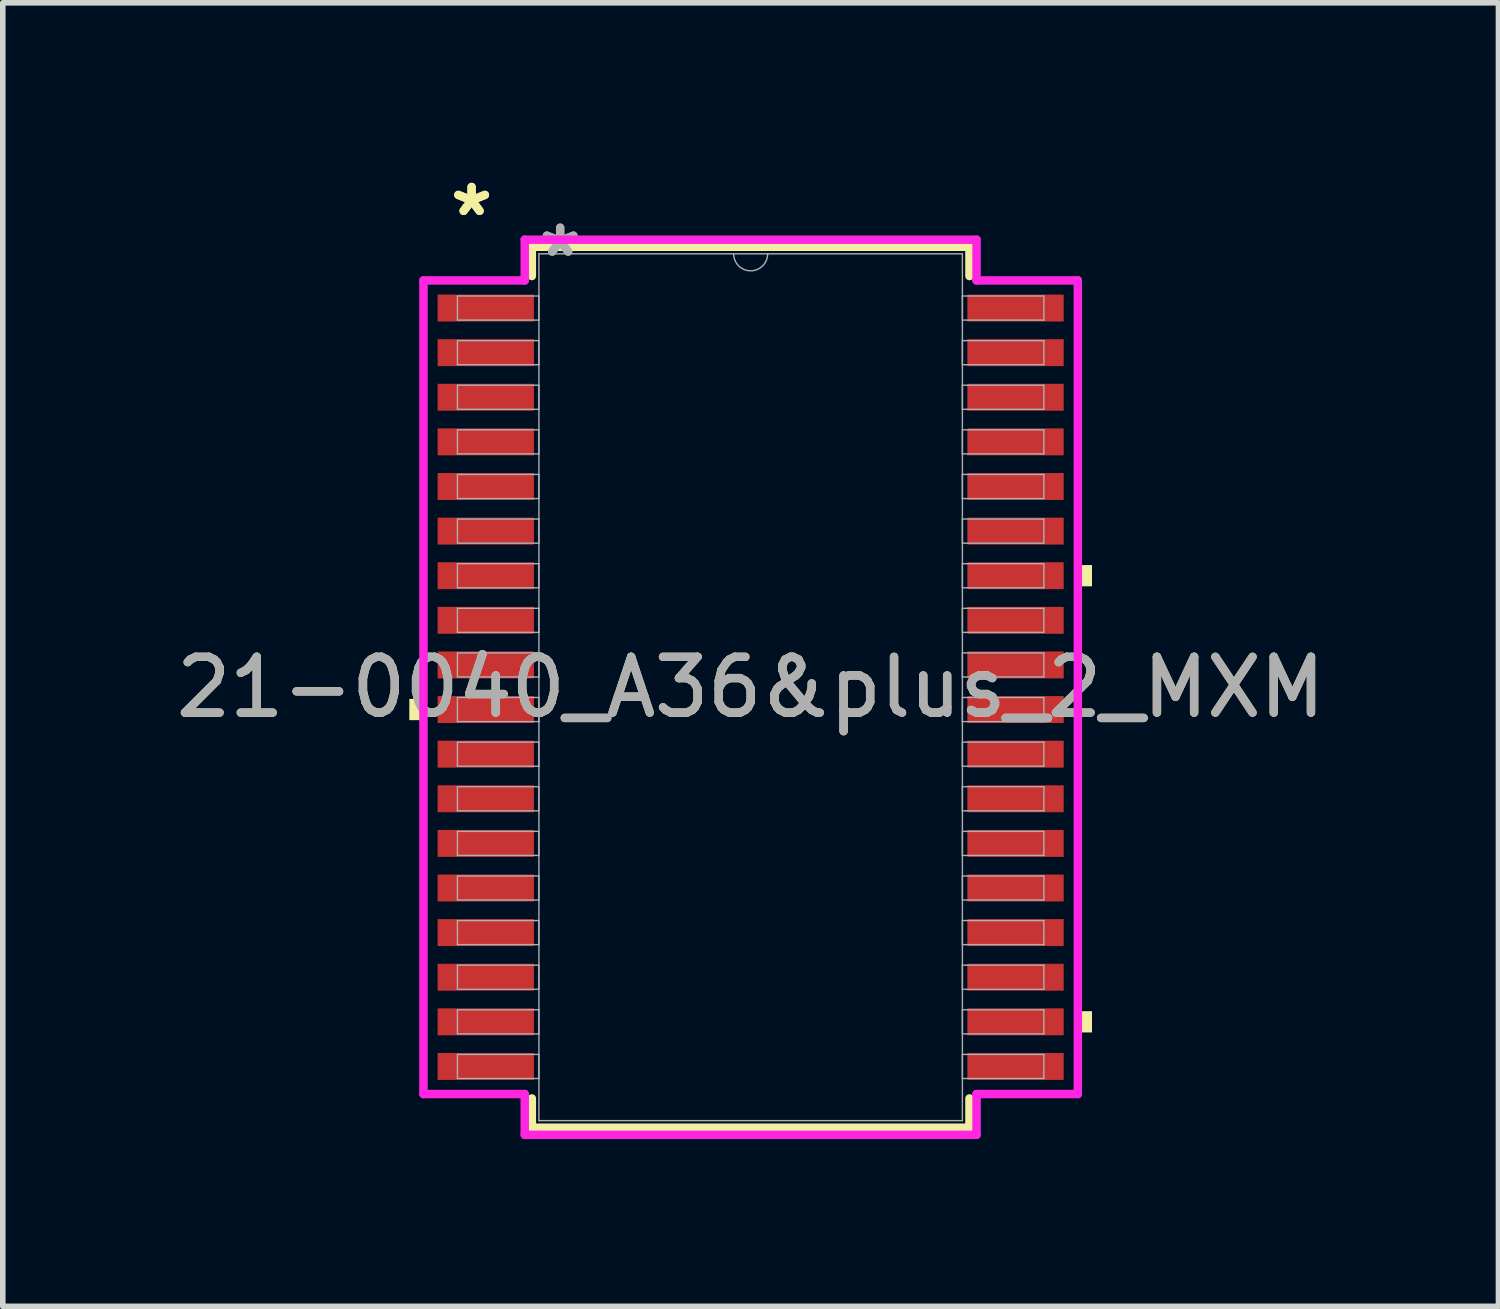
<source format=kicad_pcb>
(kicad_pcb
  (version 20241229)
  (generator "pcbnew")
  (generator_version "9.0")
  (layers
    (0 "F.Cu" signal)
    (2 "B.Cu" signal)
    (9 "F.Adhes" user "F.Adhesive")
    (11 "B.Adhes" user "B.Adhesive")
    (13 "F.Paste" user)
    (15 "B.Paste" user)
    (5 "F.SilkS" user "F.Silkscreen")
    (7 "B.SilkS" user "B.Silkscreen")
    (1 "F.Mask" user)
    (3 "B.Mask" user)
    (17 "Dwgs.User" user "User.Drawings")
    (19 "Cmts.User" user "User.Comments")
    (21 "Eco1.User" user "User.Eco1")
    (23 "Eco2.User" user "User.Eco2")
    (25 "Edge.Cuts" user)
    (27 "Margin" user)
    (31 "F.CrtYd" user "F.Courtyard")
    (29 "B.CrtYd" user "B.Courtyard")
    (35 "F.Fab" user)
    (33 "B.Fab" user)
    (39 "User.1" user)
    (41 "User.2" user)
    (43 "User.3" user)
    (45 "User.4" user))
  (footprint "21-0040_A36&plus_2_MXM"
    (layer "F.Cu")
    (at 10.411 9.274)
    (property "Reference" "21-0040_A36&plus_2_MXM" (at 0 0 0) (unlocked yes) (layer "F.SilkS") (effects (font (size 1 1) (thickness 0.15))))
    (attr smd)
    (fp_line (start -3.924 -7.899) (end -3.924 -7.374) (stroke (width 0.152) (type solid)) (layer "F.SilkS"))
    (fp_line (start -3.924 7.374) (end -3.924 7.899) (stroke (width 0.152) (type solid)) (layer "F.SilkS"))
    (fp_line (start -3.924 7.899) (end 3.924 7.899) (stroke (width 0.152) (type solid)) (layer "F.SilkS"))
    (fp_line (start 3.924 -7.899) (end -3.924 -7.899) (stroke (width 0.152) (type solid)) (layer "F.SilkS"))
    (fp_line (start 3.924 -7.374) (end 3.924 -7.899) (stroke (width 0.152) (type solid)) (layer "F.SilkS"))
    (fp_line (start 3.924 7.899) (end 3.924 7.374) (stroke (width 0.152) (type solid)) (layer "F.SilkS"))
    (fp_poly (pts (xy -6.121 0.209) (xy -6.121 0.59) (xy -5.867 0.59) (xy -5.867 0.209)) (stroke (width 0) (type solid)) (fill yes) (layer "F.SilkS"))
    (fp_poly (pts (xy 6.121 -2.191) (xy 6.121 -1.81) (xy 5.867 -1.81) (xy 5.867 -2.191)) (stroke (width 0) (type solid)) (fill yes) (layer "F.SilkS"))
    (fp_poly (pts (xy 6.121 5.809) (xy 6.121 6.19) (xy 5.867 6.19) (xy 5.867 5.809)) (stroke (width 0) (type solid)) (fill yes) (layer "F.SilkS"))
    (fp_line (start -5.867 -7.295) (end -4.051 -7.295) (stroke (width 0.152) (type solid)) (layer "F.CrtYd"))
    (fp_line (start -5.867 7.295) (end -5.867 -7.295) (stroke (width 0.152) (type solid)) (layer "F.CrtYd"))
    (fp_line (start -5.867 7.295) (end -4.051 7.295) (stroke (width 0.152) (type solid)) (layer "F.CrtYd"))
    (fp_line (start -4.051 -8.026) (end 4.051 -8.026) (stroke (width 0.152) (type solid)) (layer "F.CrtYd"))
    (fp_line (start -4.051 -7.295) (end -4.051 -8.026) (stroke (width 0.152) (type solid)) (layer "F.CrtYd"))
    (fp_line (start -4.051 8.026) (end -4.051 7.295) (stroke (width 0.152) (type solid)) (layer "F.CrtYd"))
    (fp_line (start 4.051 -8.026) (end 4.051 -7.295) (stroke (width 0.152) (type solid)) (layer "F.CrtYd"))
    (fp_line (start 4.051 7.295) (end 4.051 8.026) (stroke (width 0.152) (type solid)) (layer "F.CrtYd"))
    (fp_line (start 4.051 8.026) (end -4.051 8.026) (stroke (width 0.152) (type solid)) (layer "F.CrtYd"))
    (fp_line (start 5.867 -7.295) (end 4.051 -7.295) (stroke (width 0.152) (type solid)) (layer "F.CrtYd"))
    (fp_line (start 5.867 -7.295) (end 5.867 7.295) (stroke (width 0.152) (type solid)) (layer "F.CrtYd"))
    (fp_line (start 5.867 7.295) (end 4.051 7.295) (stroke (width 0.152) (type solid)) (layer "F.CrtYd"))
    (fp_line (start -5.258 -7.016) (end -5.258 -6.584) (stroke (width 0.025) (type solid)) (layer "F.Fab"))
    (fp_line (start -5.258 -6.584) (end -3.797 -6.584) (stroke (width 0.025) (type solid)) (layer "F.Fab"))
    (fp_line (start -5.258 -6.216) (end -5.258 -5.784) (stroke (width 0.025) (type solid)) (layer "F.Fab"))
    (fp_line (start -5.258 -5.784) (end -3.797 -5.784) (stroke (width 0.025) (type solid)) (layer "F.Fab"))
    (fp_line (start -5.258 -5.416) (end -5.258 -4.984) (stroke (width 0.025) (type solid)) (layer "F.Fab"))
    (fp_line (start -5.258 -4.984) (end -3.797 -4.984) (stroke (width 0.025) (type solid)) (layer "F.Fab"))
    (fp_line (start -5.258 -4.616) (end -5.258 -4.184) (stroke (width 0.025) (type solid)) (layer "F.Fab"))
    (fp_line (start -5.258 -4.184) (end -3.797 -4.184) (stroke (width 0.025) (type solid)) (layer "F.Fab"))
    (fp_line (start -5.258 -3.816) (end -5.258 -3.384) (stroke (width 0.025) (type solid)) (layer "F.Fab"))
    (fp_line (start -5.258 -3.384) (end -3.797 -3.384) (stroke (width 0.025) (type solid)) (layer "F.Fab"))
    (fp_line (start -5.258 -3.016) (end -5.258 -2.584) (stroke (width 0.025) (type solid)) (layer "F.Fab"))
    (fp_line (start -5.258 -2.584) (end -3.797 -2.584) (stroke (width 0.025) (type solid)) (layer "F.Fab"))
    (fp_line (start -5.258 -2.216) (end -5.258 -1.784) (stroke (width 0.025) (type solid)) (layer "F.Fab"))
    (fp_line (start -5.258 -1.784) (end -3.797 -1.784) (stroke (width 0.025) (type solid)) (layer "F.Fab"))
    (fp_line (start -5.258 -1.416) (end -5.258 -0.984) (stroke (width 0.025) (type solid)) (layer "F.Fab"))
    (fp_line (start -5.258 -0.984) (end -3.797 -0.984) (stroke (width 0.025) (type solid)) (layer "F.Fab"))
    (fp_line (start -5.258 -0.616) (end -5.258 -0.184) (stroke (width 0.025) (type solid)) (layer "F.Fab"))
    (fp_line (start -5.258 -0.184) (end -3.797 -0.184) (stroke (width 0.025) (type solid)) (layer "F.Fab"))
    (fp_line (start -5.258 0.184) (end -5.258 0.616) (stroke (width 0.025) (type solid)) (layer "F.Fab"))
    (fp_line (start -5.258 0.616) (end -3.797 0.616) (stroke (width 0.025) (type solid)) (layer "F.Fab"))
    (fp_line (start -5.258 0.984) (end -5.258 1.416) (stroke (width 0.025) (type solid)) (layer "F.Fab"))
    (fp_line (start -5.258 1.416) (end -3.797 1.416) (stroke (width 0.025) (type solid)) (layer "F.Fab"))
    (fp_line (start -5.258 1.784) (end -5.258 2.216) (stroke (width 0.025) (type solid)) (layer "F.Fab"))
    (fp_line (start -5.258 2.216) (end -3.797 2.216) (stroke (width 0.025) (type solid)) (layer "F.Fab"))
    (fp_line (start -5.258 2.584) (end -5.258 3.016) (stroke (width 0.025) (type solid)) (layer "F.Fab"))
    (fp_line (start -5.258 3.016) (end -3.797 3.016) (stroke (width 0.025) (type solid)) (layer "F.Fab"))
    (fp_line (start -5.258 3.384) (end -5.258 3.816) (stroke (width 0.025) (type solid)) (layer "F.Fab"))
    (fp_line (start -5.258 3.816) (end -3.797 3.816) (stroke (width 0.025) (type solid)) (layer "F.Fab"))
    (fp_line (start -5.258 4.184) (end -5.258 4.616) (stroke (width 0.025) (type solid)) (layer "F.Fab"))
    (fp_line (start -5.258 4.616) (end -3.797 4.616) (stroke (width 0.025) (type solid)) (layer "F.Fab"))
    (fp_line (start -5.258 4.984) (end -5.258 5.416) (stroke (width 0.025) (type solid)) (layer "F.Fab"))
    (fp_line (start -5.258 5.416) (end -3.797 5.416) (stroke (width 0.025) (type solid)) (layer "F.Fab"))
    (fp_line (start -5.258 5.784) (end -5.258 6.216) (stroke (width 0.025) (type solid)) (layer "F.Fab"))
    (fp_line (start -5.258 6.216) (end -3.797 6.216) (stroke (width 0.025) (type solid)) (layer "F.Fab"))
    (fp_line (start -5.258 6.584) (end -5.258 7.016) (stroke (width 0.025) (type solid)) (layer "F.Fab"))
    (fp_line (start -5.258 7.016) (end -3.797 7.016) (stroke (width 0.025) (type solid)) (layer "F.Fab"))
    (fp_line (start -3.797 -7.772) (end -3.797 7.772) (stroke (width 0.025) (type solid)) (layer "F.Fab"))
    (fp_line (start -3.797 -7.016) (end -5.258 -7.016) (stroke (width 0.025) (type solid)) (layer "F.Fab"))
    (fp_line (start -3.797 -6.584) (end -3.797 -7.016) (stroke (width 0.025) (type solid)) (layer "F.Fab"))
    (fp_line (start -3.797 -6.216) (end -5.258 -6.216) (stroke (width 0.025) (type solid)) (layer "F.Fab"))
    (fp_line (start -3.797 -5.784) (end -3.797 -6.216) (stroke (width 0.025) (type solid)) (layer "F.Fab"))
    (fp_line (start -3.797 -5.416) (end -5.258 -5.416) (stroke (width 0.025) (type solid)) (layer "F.Fab"))
    (fp_line (start -3.797 -4.984) (end -3.797 -5.416) (stroke (width 0.025) (type solid)) (layer "F.Fab"))
    (fp_line (start -3.797 -4.616) (end -5.258 -4.616) (stroke (width 0.025) (type solid)) (layer "F.Fab"))
    (fp_line (start -3.797 -4.184) (end -3.797 -4.616) (stroke (width 0.025) (type solid)) (layer "F.Fab"))
    (fp_line (start -3.797 -3.816) (end -5.258 -3.816) (stroke (width 0.025) (type solid)) (layer "F.Fab"))
    (fp_line (start -3.797 -3.384) (end -3.797 -3.816) (stroke (width 0.025) (type solid)) (layer "F.Fab"))
    (fp_line (start -3.797 -3.016) (end -5.258 -3.016) (stroke (width 0.025) (type solid)) (layer "F.Fab"))
    (fp_line (start -3.797 -2.584) (end -3.797 -3.016) (stroke (width 0.025) (type solid)) (layer "F.Fab"))
    (fp_line (start -3.797 -2.216) (end -5.258 -2.216) (stroke (width 0.025) (type solid)) (layer "F.Fab"))
    (fp_line (start -3.797 -1.784) (end -3.797 -2.216) (stroke (width 0.025) (type solid)) (layer "F.Fab"))
    (fp_line (start -3.797 -1.416) (end -5.258 -1.416) (stroke (width 0.025) (type solid)) (layer "F.Fab"))
    (fp_line (start -3.797 -0.984) (end -3.797 -1.416) (stroke (width 0.025) (type solid)) (layer "F.Fab"))
    (fp_line (start -3.797 -0.616) (end -5.258 -0.616) (stroke (width 0.025) (type solid)) (layer "F.Fab"))
    (fp_line (start -3.797 -0.184) (end -3.797 -0.616) (stroke (width 0.025) (type solid)) (layer "F.Fab"))
    (fp_line (start -3.797 0.184) (end -5.258 0.184) (stroke (width 0.025) (type solid)) (layer "F.Fab"))
    (fp_line (start -3.797 0.616) (end -3.797 0.184) (stroke (width 0.025) (type solid)) (layer "F.Fab"))
    (fp_line (start -3.797 0.984) (end -5.258 0.984) (stroke (width 0.025) (type solid)) (layer "F.Fab"))
    (fp_line (start -3.797 1.416) (end -3.797 0.984) (stroke (width 0.025) (type solid)) (layer "F.Fab"))
    (fp_line (start -3.797 1.784) (end -5.258 1.784) (stroke (width 0.025) (type solid)) (layer "F.Fab"))
    (fp_line (start -3.797 2.216) (end -3.797 1.784) (stroke (width 0.025) (type solid)) (layer "F.Fab"))
    (fp_line (start -3.797 2.584) (end -5.258 2.584) (stroke (width 0.025) (type solid)) (layer "F.Fab"))
    (fp_line (start -3.797 3.016) (end -3.797 2.584) (stroke (width 0.025) (type solid)) (layer "F.Fab"))
    (fp_line (start -3.797 3.384) (end -5.258 3.384) (stroke (width 0.025) (type solid)) (layer "F.Fab"))
    (fp_line (start -3.797 3.816) (end -3.797 3.384) (stroke (width 0.025) (type solid)) (layer "F.Fab"))
    (fp_line (start -3.797 4.184) (end -5.258 4.184) (stroke (width 0.025) (type solid)) (layer "F.Fab"))
    (fp_line (start -3.797 4.616) (end -3.797 4.184) (stroke (width 0.025) (type solid)) (layer "F.Fab"))
    (fp_line (start -3.797 4.984) (end -5.258 4.984) (stroke (width 0.025) (type solid)) (layer "F.Fab"))
    (fp_line (start -3.797 5.416) (end -3.797 4.984) (stroke (width 0.025) (type solid)) (layer "F.Fab"))
    (fp_line (start -3.797 5.784) (end -5.258 5.784) (stroke (width 0.025) (type solid)) (layer "F.Fab"))
    (fp_line (start -3.797 6.216) (end -3.797 5.784) (stroke (width 0.025) (type solid)) (layer "F.Fab"))
    (fp_line (start -3.797 6.584) (end -5.258 6.584) (stroke (width 0.025) (type solid)) (layer "F.Fab"))
    (fp_line (start -3.797 7.016) (end -3.797 6.584) (stroke (width 0.025) (type solid)) (layer "F.Fab"))
    (fp_line (start -3.797 7.772) (end 3.797 7.772) (stroke (width 0.025) (type solid)) (layer "F.Fab"))
    (fp_line (start 3.797 -7.772) (end -3.797 -7.772) (stroke (width 0.025) (type solid)) (layer "F.Fab"))
    (fp_line (start 3.797 -7.016) (end 3.797 -6.584) (stroke (width 0.025) (type solid)) (layer "F.Fab"))
    (fp_line (start 3.797 -6.584) (end 5.258 -6.584) (stroke (width 0.025) (type solid)) (layer "F.Fab"))
    (fp_line (start 3.797 -6.216) (end 3.797 -5.784) (stroke (width 0.025) (type solid)) (layer "F.Fab"))
    (fp_line (start 3.797 -5.784) (end 5.258 -5.784) (stroke (width 0.025) (type solid)) (layer "F.Fab"))
    (fp_line (start 3.797 -5.416) (end 3.797 -4.984) (stroke (width 0.025) (type solid)) (layer "F.Fab"))
    (fp_line (start 3.797 -4.984) (end 5.258 -4.984) (stroke (width 0.025) (type solid)) (layer "F.Fab"))
    (fp_line (start 3.797 -4.616) (end 3.797 -4.184) (stroke (width 0.025) (type solid)) (layer "F.Fab"))
    (fp_line (start 3.797 -4.184) (end 5.258 -4.184) (stroke (width 0.025) (type solid)) (layer "F.Fab"))
    (fp_line (start 3.797 -3.816) (end 3.797 -3.384) (stroke (width 0.025) (type solid)) (layer "F.Fab"))
    (fp_line (start 3.797 -3.384) (end 5.258 -3.384) (stroke (width 0.025) (type solid)) (layer "F.Fab"))
    (fp_line (start 3.797 -3.016) (end 3.797 -2.584) (stroke (width 0.025) (type solid)) (layer "F.Fab"))
    (fp_line (start 3.797 -2.584) (end 5.258 -2.584) (stroke (width 0.025) (type solid)) (layer "F.Fab"))
    (fp_line (start 3.797 -2.216) (end 3.797 -1.784) (stroke (width 0.025) (type solid)) (layer "F.Fab"))
    (fp_line (start 3.797 -1.784) (end 5.258 -1.784) (stroke (width 0.025) (type solid)) (layer "F.Fab"))
    (fp_line (start 3.797 -1.416) (end 3.797 -0.984) (stroke (width 0.025) (type solid)) (layer "F.Fab"))
    (fp_line (start 3.797 -0.984) (end 5.258 -0.984) (stroke (width 0.025) (type solid)) (layer "F.Fab"))
    (fp_line (start 3.797 -0.616) (end 3.797 -0.184) (stroke (width 0.025) (type solid)) (layer "F.Fab"))
    (fp_line (start 3.797 -0.184) (end 5.258 -0.184) (stroke (width 0.025) (type solid)) (layer "F.Fab"))
    (fp_line (start 3.797 0.184) (end 3.797 0.616) (stroke (width 0.025) (type solid)) (layer "F.Fab"))
    (fp_line (start 3.797 0.616) (end 5.258 0.616) (stroke (width 0.025) (type solid)) (layer "F.Fab"))
    (fp_line (start 3.797 0.984) (end 3.797 1.416) (stroke (width 0.025) (type solid)) (layer "F.Fab"))
    (fp_line (start 3.797 1.416) (end 5.258 1.416) (stroke (width 0.025) (type solid)) (layer "F.Fab"))
    (fp_line (start 3.797 1.784) (end 3.797 2.216) (stroke (width 0.025) (type solid)) (layer "F.Fab"))
    (fp_line (start 3.797 2.216) (end 5.258 2.216) (stroke (width 0.025) (type solid)) (layer "F.Fab"))
    (fp_line (start 3.797 2.584) (end 3.797 3.016) (stroke (width 0.025) (type solid)) (layer "F.Fab"))
    (fp_line (start 3.797 3.016) (end 5.258 3.016) (stroke (width 0.025) (type solid)) (layer "F.Fab"))
    (fp_line (start 3.797 3.384) (end 3.797 3.816) (stroke (width 0.025) (type solid)) (layer "F.Fab"))
    (fp_line (start 3.797 3.816) (end 5.258 3.816) (stroke (width 0.025) (type solid)) (layer "F.Fab"))
    (fp_line (start 3.797 4.184) (end 3.797 4.616) (stroke (width 0.025) (type solid)) (layer "F.Fab"))
    (fp_line (start 3.797 4.616) (end 5.258 4.616) (stroke (width 0.025) (type solid)) (layer "F.Fab"))
    (fp_line (start 3.797 4.984) (end 3.797 5.416) (stroke (width 0.025) (type solid)) (layer "F.Fab"))
    (fp_line (start 3.797 5.416) (end 5.258 5.416) (stroke (width 0.025) (type solid)) (layer "F.Fab"))
    (fp_line (start 3.797 5.784) (end 3.797 6.216) (stroke (width 0.025) (type solid)) (layer "F.Fab"))
    (fp_line (start 3.797 6.216) (end 5.258 6.216) (stroke (width 0.025) (type solid)) (layer "F.Fab"))
    (fp_line (start 3.797 6.584) (end 3.797 7.016) (stroke (width 0.025) (type solid)) (layer "F.Fab"))
    (fp_line (start 3.797 7.016) (end 5.258 7.016) (stroke (width 0.025) (type solid)) (layer "F.Fab"))
    (fp_line (start 3.797 7.772) (end 3.797 -7.772) (stroke (width 0.025) (type solid)) (layer "F.Fab"))
    (fp_line (start 5.258 -7.016) (end 3.797 -7.016) (stroke (width 0.025) (type solid)) (layer "F.Fab"))
    (fp_line (start 5.258 -6.584) (end 5.258 -7.016) (stroke (width 0.025) (type solid)) (layer "F.Fab"))
    (fp_line (start 5.258 -6.216) (end 3.797 -6.216) (stroke (width 0.025) (type solid)) (layer "F.Fab"))
    (fp_line (start 5.258 -5.784) (end 5.258 -6.216) (stroke (width 0.025) (type solid)) (layer "F.Fab"))
    (fp_line (start 5.258 -5.416) (end 3.797 -5.416) (stroke (width 0.025) (type solid)) (layer "F.Fab"))
    (fp_line (start 5.258 -4.984) (end 5.258 -5.416) (stroke (width 0.025) (type solid)) (layer "F.Fab"))
    (fp_line (start 5.258 -4.616) (end 3.797 -4.616) (stroke (width 0.025) (type solid)) (layer "F.Fab"))
    (fp_line (start 5.258 -4.184) (end 5.258 -4.616) (stroke (width 0.025) (type solid)) (layer "F.Fab"))
    (fp_line (start 5.258 -3.816) (end 3.797 -3.816) (stroke (width 0.025) (type solid)) (layer "F.Fab"))
    (fp_line (start 5.258 -3.384) (end 5.258 -3.816) (stroke (width 0.025) (type solid)) (layer "F.Fab"))
    (fp_line (start 5.258 -3.016) (end 3.797 -3.016) (stroke (width 0.025) (type solid)) (layer "F.Fab"))
    (fp_line (start 5.258 -2.584) (end 5.258 -3.016) (stroke (width 0.025) (type solid)) (layer "F.Fab"))
    (fp_line (start 5.258 -2.216) (end 3.797 -2.216) (stroke (width 0.025) (type solid)) (layer "F.Fab"))
    (fp_line (start 5.258 -1.784) (end 5.258 -2.216) (stroke (width 0.025) (type solid)) (layer "F.Fab"))
    (fp_line (start 5.258 -1.416) (end 3.797 -1.416) (stroke (width 0.025) (type solid)) (layer "F.Fab"))
    (fp_line (start 5.258 -0.984) (end 5.258 -1.416) (stroke (width 0.025) (type solid)) (layer "F.Fab"))
    (fp_line (start 5.258 -0.616) (end 3.797 -0.616) (stroke (width 0.025) (type solid)) (layer "F.Fab"))
    (fp_line (start 5.258 -0.184) (end 5.258 -0.616) (stroke (width 0.025) (type solid)) (layer "F.Fab"))
    (fp_line (start 5.258 0.184) (end 3.797 0.184) (stroke (width 0.025) (type solid)) (layer "F.Fab"))
    (fp_line (start 5.258 0.616) (end 5.258 0.184) (stroke (width 0.025) (type solid)) (layer "F.Fab"))
    (fp_line (start 5.258 0.984) (end 3.797 0.984) (stroke (width 0.025) (type solid)) (layer "F.Fab"))
    (fp_line (start 5.258 1.416) (end 5.258 0.984) (stroke (width 0.025) (type solid)) (layer "F.Fab"))
    (fp_line (start 5.258 1.784) (end 3.797 1.784) (stroke (width 0.025) (type solid)) (layer "F.Fab"))
    (fp_line (start 5.258 2.216) (end 5.258 1.784) (stroke (width 0.025) (type solid)) (layer "F.Fab"))
    (fp_line (start 5.258 2.584) (end 3.797 2.584) (stroke (width 0.025) (type solid)) (layer "F.Fab"))
    (fp_line (start 5.258 3.016) (end 5.258 2.584) (stroke (width 0.025) (type solid)) (layer "F.Fab"))
    (fp_line (start 5.258 3.384) (end 3.797 3.384) (stroke (width 0.025) (type solid)) (layer "F.Fab"))
    (fp_line (start 5.258 3.816) (end 5.258 3.384) (stroke (width 0.025) (type solid)) (layer "F.Fab"))
    (fp_line (start 5.258 4.184) (end 3.797 4.184) (stroke (width 0.025) (type solid)) (layer "F.Fab"))
    (fp_line (start 5.258 4.616) (end 5.258 4.184) (stroke (width 0.025) (type solid)) (layer "F.Fab"))
    (fp_line (start 5.258 4.984) (end 3.797 4.984) (stroke (width 0.025) (type solid)) (layer "F.Fab"))
    (fp_line (start 5.258 5.416) (end 5.258 4.984) (stroke (width 0.025) (type solid)) (layer "F.Fab"))
    (fp_line (start 5.258 5.784) (end 3.797 5.784) (stroke (width 0.025) (type solid)) (layer "F.Fab"))
    (fp_line (start 5.258 6.216) (end 5.258 5.784) (stroke (width 0.025) (type solid)) (layer "F.Fab"))
    (fp_line (start 5.258 6.584) (end 3.797 6.584) (stroke (width 0.025) (type solid)) (layer "F.Fab"))
    (fp_line (start 5.258 7.016) (end 5.258 6.584) (stroke (width 0.025) (type solid)) (layer "F.Fab"))
    (fp_arc (start 0.3048 -7.7724) (mid 0 -7.4676) (end -0.3048 -7.7724) (stroke (width 0.0254) (type solid)) (layer "F.Fab"))
    (fp_text user "*" (at -5.004 -8.426 0) (layer "F.SilkS") (effects (font (size 1 1) (thickness 0.15))))
    (fp_text user "*" (at -5.004 -8.426 0) (unlocked yes) (layer "F.SilkS") (effects (font (size 1 1) (thickness 0.15))))
    (fp_text user "*" (at -3.416 -7.696 0) (unlocked yes) (layer "F.Fab") (effects (font (size 1 1) (thickness 0.15))))
    (fp_text user "${REFERENCE}" (at 0 0 0) (unlocked yes) (layer "F.Fab") (effects (font (size 1 1) (thickness 0.15))))
    (fp_text user "*" (at -3.416 -7.696 0) (layer "F.Fab") (effects (font (size 1 1) (thickness 0.15))))
    (pad "1" smd rect (at -4.75 -6.8) (size 1.727 0.483) (layers "F.Cu" "F.Mask" "F.Paste"))
    (pad "2" smd rect (at -4.75 -6) (size 1.727 0.483) (layers "F.Cu" "F.Mask" "F.Paste"))
    (pad "3" smd rect (at -4.75 -5.2) (size 1.727 0.483) (layers "F.Cu" "F.Mask" "F.Paste"))
    (pad "4" smd rect (at -4.75 -4.4) (size 1.727 0.483) (layers "F.Cu" "F.Mask" "F.Paste"))
    (pad "5" smd rect (at -4.75 -3.6) (size 1.727 0.483) (layers "F.Cu" "F.Mask" "F.Paste"))
    (pad "6" smd rect (at -4.75 -2.8) (size 1.727 0.483) (layers "F.Cu" "F.Mask" "F.Paste"))
    (pad "7" smd rect (at -4.75 -2) (size 1.727 0.483) (layers "F.Cu" "F.Mask" "F.Paste"))
    (pad "8" smd rect (at -4.75 -1.2) (size 1.727 0.483) (layers "F.Cu" "F.Mask" "F.Paste"))
    (pad "9" smd rect (at -4.75 -0.4) (size 1.727 0.483) (layers "F.Cu" "F.Mask" "F.Paste"))
    (pad "10" smd rect (at -4.75 0.4) (size 1.727 0.483) (layers "F.Cu" "F.Mask" "F.Paste"))
    (pad "11" smd rect (at -4.75 1.2) (size 1.727 0.483) (layers "F.Cu" "F.Mask" "F.Paste"))
    (pad "12" smd rect (at -4.75 2) (size 1.727 0.483) (layers "F.Cu" "F.Mask" "F.Paste"))
    (pad "13" smd rect (at -4.75 2.8) (size 1.727 0.483) (layers "F.Cu" "F.Mask" "F.Paste"))
    (pad "14" smd rect (at -4.75 3.6) (size 1.727 0.483) (layers "F.Cu" "F.Mask" "F.Paste"))
    (pad "15" smd rect (at -4.75 4.4) (size 1.727 0.483) (layers "F.Cu" "F.Mask" "F.Paste"))
    (pad "16" smd rect (at -4.75 5.2) (size 1.727 0.483) (layers "F.Cu" "F.Mask" "F.Paste"))
    (pad "17" smd rect (at -4.75 6) (size 1.727 0.483) (layers "F.Cu" "F.Mask" "F.Paste"))
    (pad "18" smd rect (at -4.75 6.8) (size 1.727 0.483) (layers "F.Cu" "F.Mask" "F.Paste"))
    (pad "19" smd rect (at 4.75 6.8) (size 1.727 0.483) (layers "F.Cu" "F.Mask" "F.Paste"))
    (pad "20" smd rect (at 4.75 6) (size 1.727 0.483) (layers "F.Cu" "F.Mask" "F.Paste"))
    (pad "21" smd rect (at 4.75 5.2) (size 1.727 0.483) (layers "F.Cu" "F.Mask" "F.Paste"))
    (pad "22" smd rect (at 4.75 4.4) (size 1.727 0.483) (layers "F.Cu" "F.Mask" "F.Paste"))
    (pad "23" smd rect (at 4.75 3.6) (size 1.727 0.483) (layers "F.Cu" "F.Mask" "F.Paste"))
    (pad "24" smd rect (at 4.75 2.8) (size 1.727 0.483) (layers "F.Cu" "F.Mask" "F.Paste"))
    (pad "25" smd rect (at 4.75 2) (size 1.727 0.483) (layers "F.Cu" "F.Mask" "F.Paste"))
    (pad "26" smd rect (at 4.75 1.2) (size 1.727 0.483) (layers "F.Cu" "F.Mask" "F.Paste"))
    (pad "27" smd rect (at 4.75 0.4) (size 1.727 0.483) (layers "F.Cu" "F.Mask" "F.Paste"))
    (pad "28" smd rect (at 4.75 -0.4) (size 1.727 0.483) (layers "F.Cu" "F.Mask" "F.Paste"))
    (pad "29" smd rect (at 4.75 -1.2) (size 1.727 0.483) (layers "F.Cu" "F.Mask" "F.Paste"))
    (pad "30" smd rect (at 4.75 -2) (size 1.727 0.483) (layers "F.Cu" "F.Mask" "F.Paste"))
    (pad "31" smd rect (at 4.75 -2.8) (size 1.727 0.483) (layers "F.Cu" "F.Mask" "F.Paste"))
    (pad "32" smd rect (at 4.75 -3.6) (size 1.727 0.483) (layers "F.Cu" "F.Mask" "F.Paste"))
    (pad "33" smd rect (at 4.75 -4.4) (size 1.727 0.483) (layers "F.Cu" "F.Mask" "F.Paste"))
    (pad "34" smd rect (at 4.75 -5.2) (size 1.727 0.483) (layers "F.Cu" "F.Mask" "F.Paste"))
    (pad "35" smd rect (at 4.75 -6) (size 1.727 0.483) (layers "F.Cu" "F.Mask" "F.Paste"))
    (pad "36" smd rect (at 4.75 -6.8) (size 1.727 0.483) (layers "F.Cu" "F.Mask" "F.Paste")))
  (gr_rect
    (start -3 -3)
    (end 23.821 20.376)
    (stroke (width 0.1) (type default))
    (fill no)
    (layer "Edge.Cuts")))
</source>
